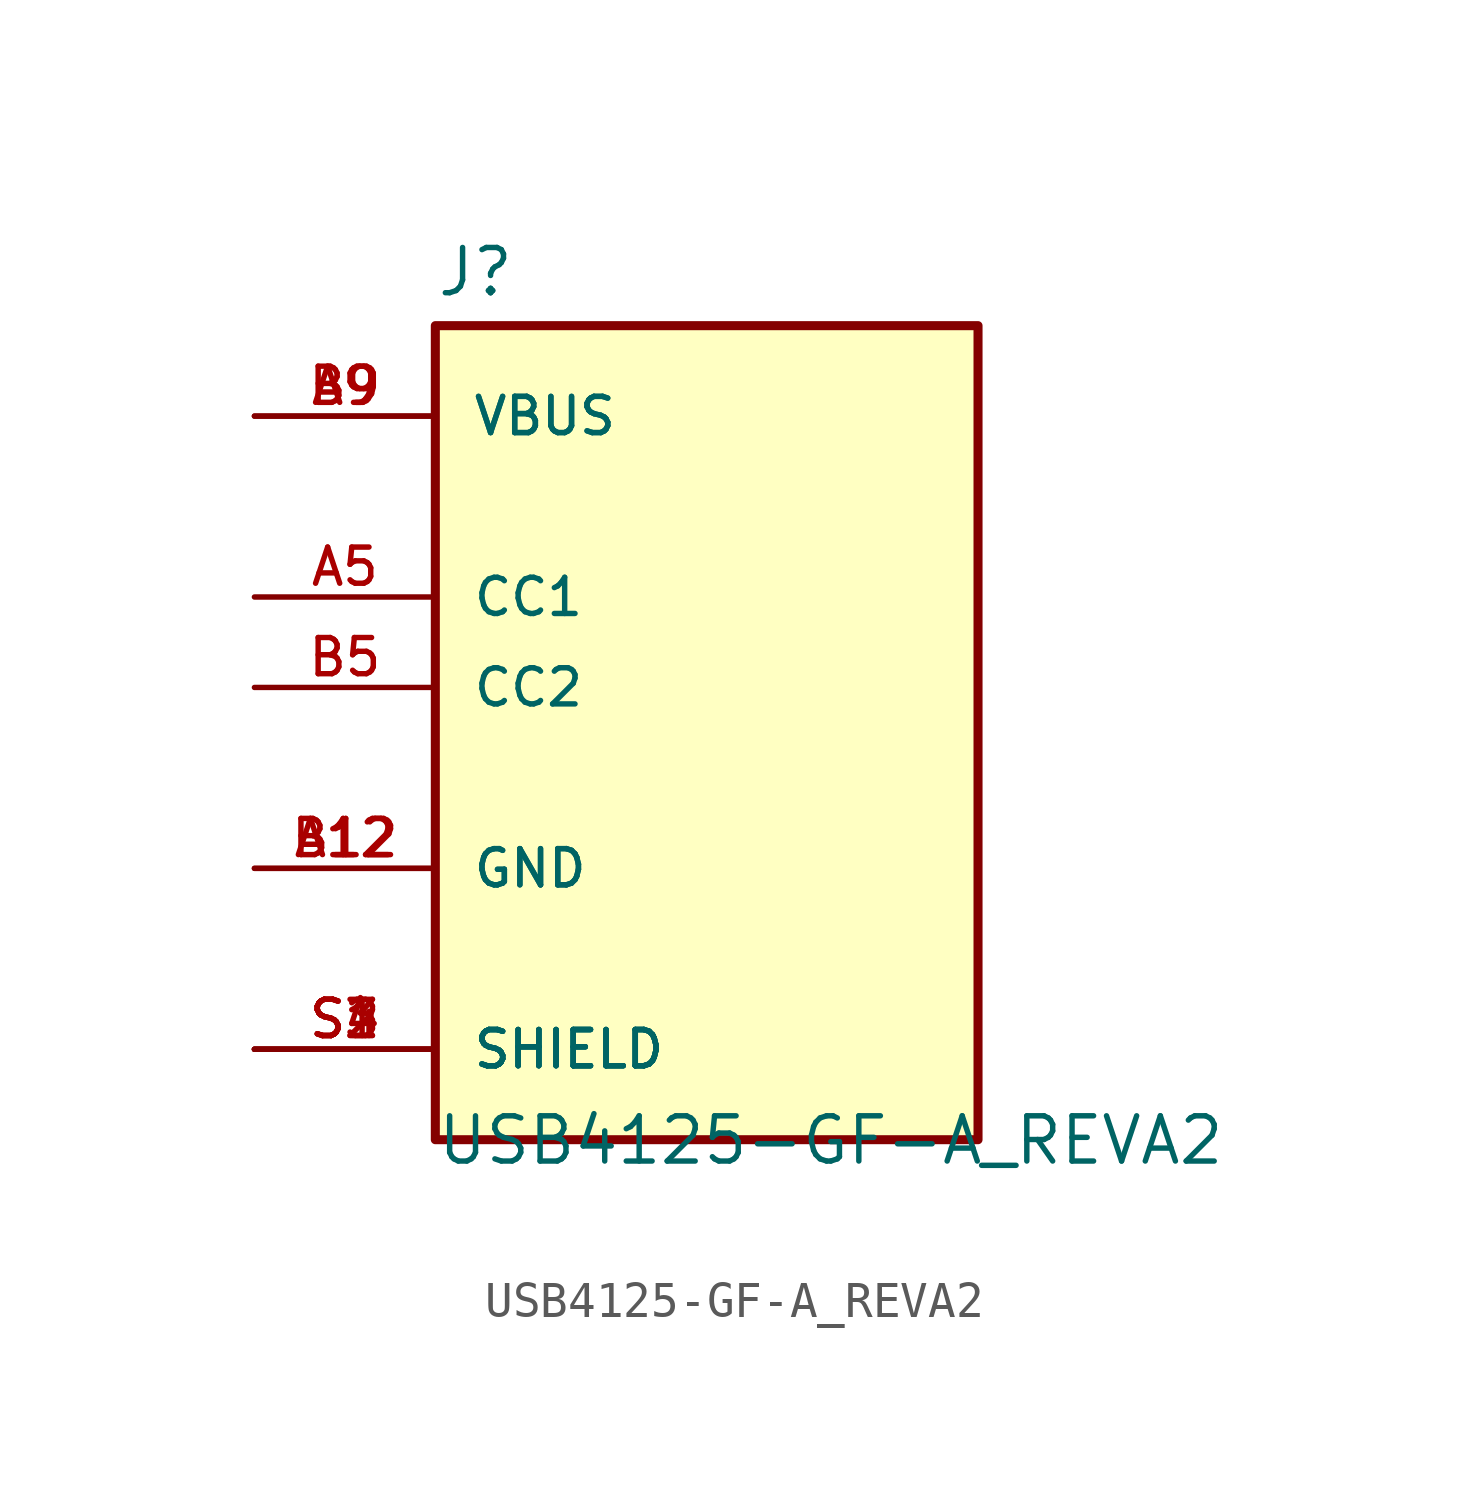
<source format=kicad_sym>
(kicad_symbol_lib
  (version 20211014)
  (generator kicad_symbol_editor)
  (symbol "USB4125-GF-A_REVA2"
    (pin_names
      (offset 1.016))
    (property "Reference" "J"
      (at -7.62 10.922 0)
      (effects (font (size 1.27 1.27)) (justify left bottom)))
    (property "Value" "USB4125-GF-A_REVA2"
      (at -7.62 -13.462 0)
      (effects (font (size 1.27 1.27)) (justify left bottom)))
    (property "ki_locked" ""
      (at 0 0 0)
      (effects (font (size 1.27 1.27))))
    (symbol "USB4125-GF-A_REVA2_0_0"
      (rectangle (start -7.62 -12.7) (end 7.62 10.16) (stroke (width 0.254) (type default) (color 0 0 0 0)) (fill (type background)))
      (pin power_in line (at -12.7 -5.08 0) (length 5.08) (name "GND" (effects (font (size 1.016 1.016)))) (number "A12" (effects (font (size 1.016 1.016)))))
      (pin bidirectional line (at -12.7 2.54 0) (length 5.08) (name "CC1" (effects (font (size 1.016 1.016)))) (number "A5" (effects (font (size 1.016 1.016)))))
      (pin power_out line (at -12.7 7.62 0) (length 5.08) (name "VBUS" (effects (font (size 1.016 1.016)))) (number "A9" (effects (font (size 1.016 1.016)))))
      (pin power_in line (at -12.7 -5.08 0) (length 5.08) (name "GND" (effects (font (size 1.016 1.016)))) (number "B12" (effects (font (size 1.016 1.016)))))
      (pin bidirectional line (at -12.7 0 0) (length 5.08) (name "CC2" (effects (font (size 1.016 1.016)))) (number "B5" (effects (font (size 1.016 1.016)))))
      (pin power_out line (at -12.7 7.62 0) (length 5.08) (name "VBUS" (effects (font (size 1.016 1.016)))) (number "B9" (effects (font (size 1.016 1.016)))))
      (pin passive line (at -12.7 -10.16 0) (length 5.08) (name "SHIELD" (effects (font (size 1.016 1.016)))) (number "S1" (effects (font (size 1.016 1.016)))))
      (pin passive line (at -12.7 -10.16 0) (length 5.08) (name "SHIELD" (effects (font (size 1.016 1.016)))) (number "S2" (effects (font (size 1.016 1.016)))))
      (pin passive line (at -12.7 -10.16 0) (length 5.08) (name "SHIELD" (effects (font (size 1.016 1.016)))) (number "S3" (effects (font (size 1.016 1.016)))))
      (pin passive line (at -12.7 -10.16 0) (length 5.08) (name "SHIELD" (effects (font (size 1.016 1.016)))) (number "S4" (effects (font (size 1.016 1.016))))))))
</source>
